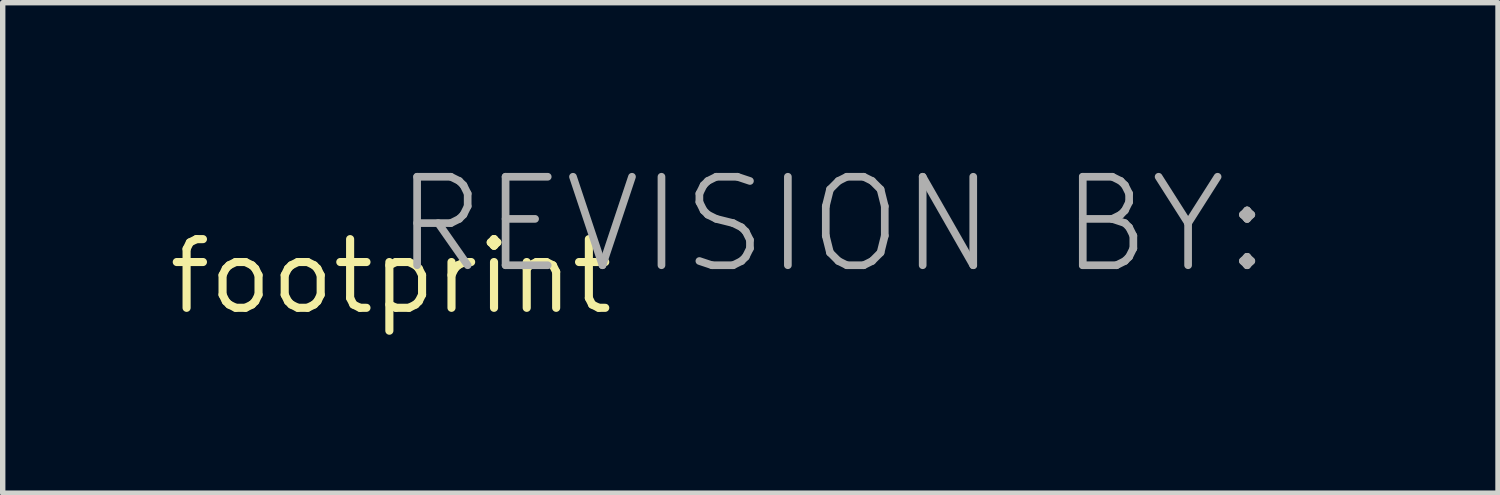
<source format=kicad_pcb>
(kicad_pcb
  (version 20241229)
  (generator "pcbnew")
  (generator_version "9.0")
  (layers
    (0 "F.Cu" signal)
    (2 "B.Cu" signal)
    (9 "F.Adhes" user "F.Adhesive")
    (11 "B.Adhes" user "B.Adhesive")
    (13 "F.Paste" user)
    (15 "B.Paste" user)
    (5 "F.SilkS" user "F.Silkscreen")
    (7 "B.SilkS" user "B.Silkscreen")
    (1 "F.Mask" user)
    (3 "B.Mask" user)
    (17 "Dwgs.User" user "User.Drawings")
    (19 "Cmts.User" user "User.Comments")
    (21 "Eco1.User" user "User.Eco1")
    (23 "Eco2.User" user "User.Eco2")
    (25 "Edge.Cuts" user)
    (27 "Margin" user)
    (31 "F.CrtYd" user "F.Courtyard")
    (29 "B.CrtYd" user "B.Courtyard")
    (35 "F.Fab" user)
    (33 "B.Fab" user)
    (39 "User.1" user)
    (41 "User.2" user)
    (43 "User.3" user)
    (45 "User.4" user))
  (footprint "footprint"
    (layer "F.Cu")
    (at 4.18 2.062)
    (property "Reference" "footprint" (at 0 0 0) (layer "F.SilkS") (effects (font (size 1.27 1.27) (thickness 0.15))))
    (fp_text user "REVISION BY: " (at 0 0 0) (layer "F.Fab") (effects (font (size 1.636 1.636) (thickness 0.142)) (justify left bottom))))
  (gr_rect
    (start -3 -3)
    (end 24.65 6.069)
    (stroke (width 0.1) (type default))
    (fill no)
    (layer "Edge.Cuts")))
</source>
